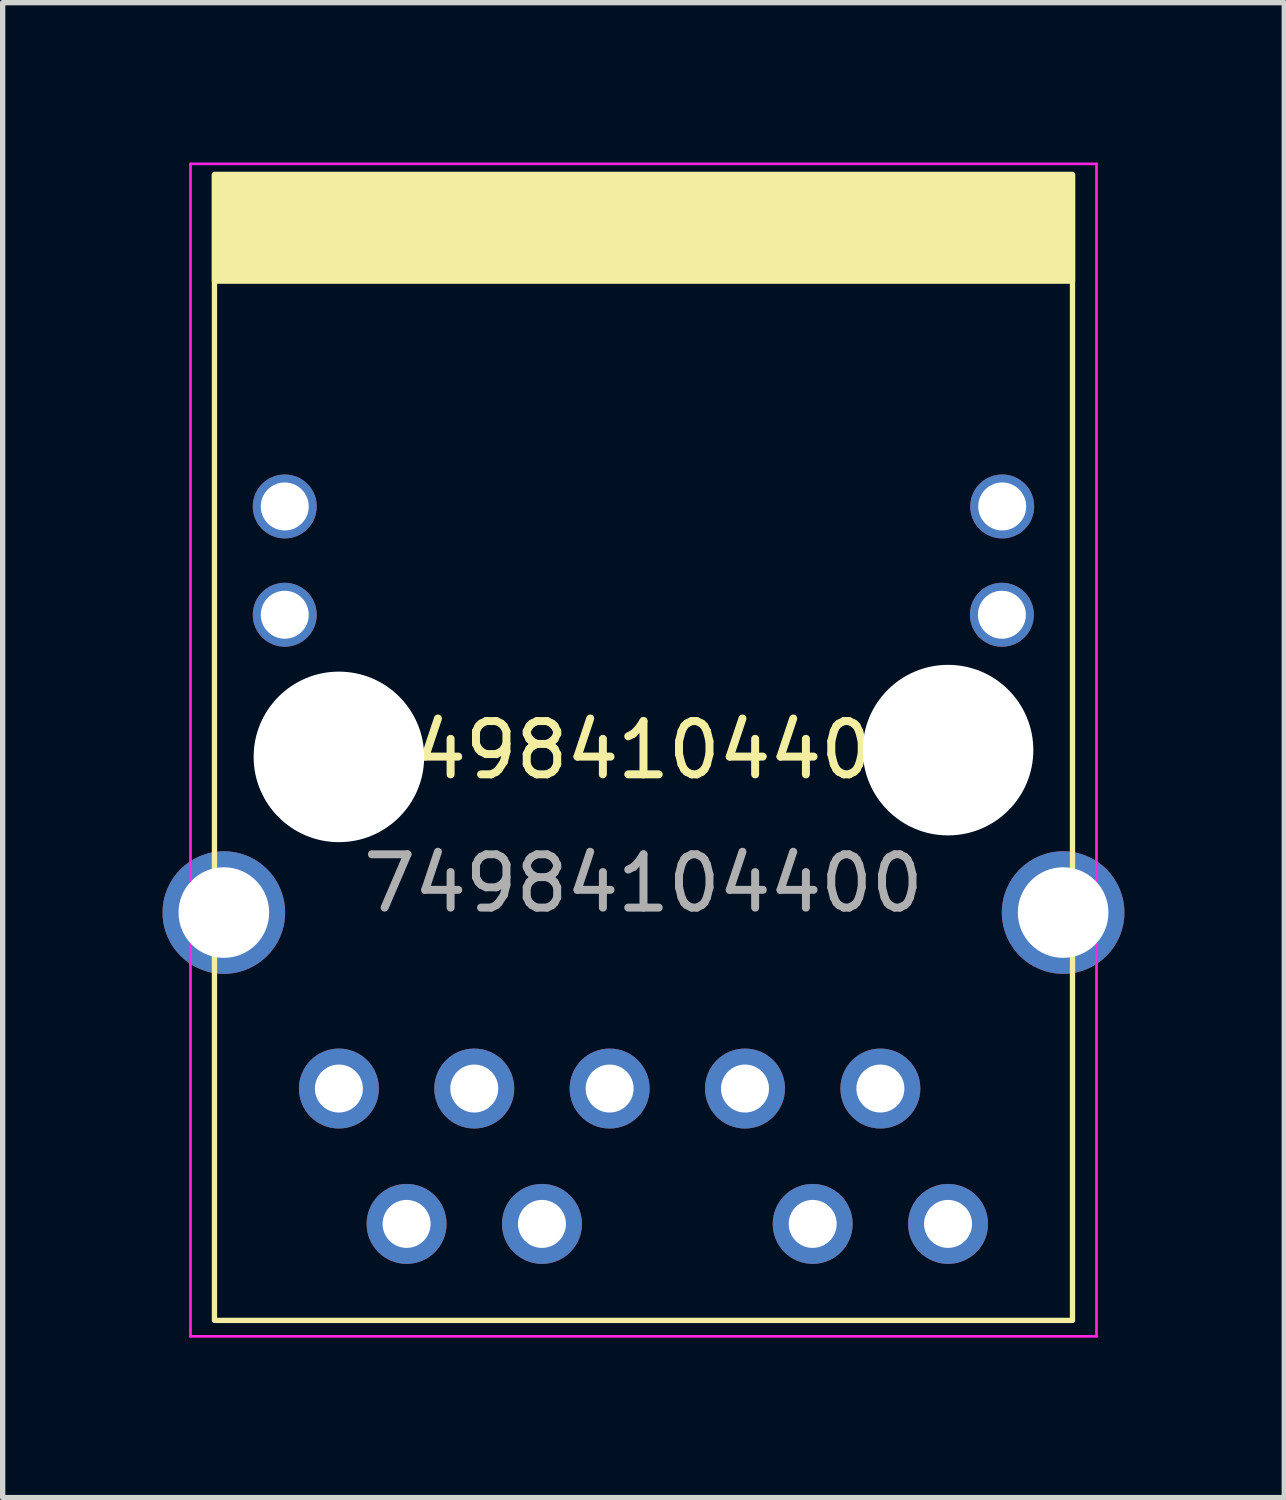
<source format=kicad_pcb>
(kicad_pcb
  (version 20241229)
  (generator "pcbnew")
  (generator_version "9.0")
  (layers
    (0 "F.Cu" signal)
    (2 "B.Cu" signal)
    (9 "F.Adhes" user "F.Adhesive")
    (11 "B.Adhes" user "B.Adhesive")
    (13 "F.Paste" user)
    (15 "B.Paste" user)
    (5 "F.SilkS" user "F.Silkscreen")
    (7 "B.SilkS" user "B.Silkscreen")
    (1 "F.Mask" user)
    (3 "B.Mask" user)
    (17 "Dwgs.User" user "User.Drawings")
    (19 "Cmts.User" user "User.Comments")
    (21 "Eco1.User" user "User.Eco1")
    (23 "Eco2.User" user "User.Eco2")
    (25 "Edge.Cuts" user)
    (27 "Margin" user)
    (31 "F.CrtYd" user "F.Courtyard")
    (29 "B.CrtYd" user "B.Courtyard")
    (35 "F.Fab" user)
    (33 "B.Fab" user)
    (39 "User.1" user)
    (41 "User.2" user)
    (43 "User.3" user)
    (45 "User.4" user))
  (footprint "74984104400"
    (layer "F.Cu")
    (at 9.024 11.025)
    (property "Reference" "74984104400" (at 0 0 0) (unlocked yes) (layer "F.SilkS") (effects (font (size 1 1) (thickness 0.15))))
    (attr through_hole)
    (fp_rect (start -8.05 -10.8) (end 8.05 -8.8) (stroke (width 0.1) (type solid)) (fill yes) (layer "F.SilkS"))
    (fp_rect (start -8.05 -10.8) (end 8.05 10.7) (stroke (width 0.1) (type default)) (fill no) (layer "F.SilkS"))
    (fp_line (start -8.5 -11) (end -8.5 11) (stroke (width 0.05) (type default)) (layer "F.CrtYd"))
    (fp_line (start -8.5 11) (end 8.5 11) (stroke (width 0.05) (type default)) (layer "F.CrtYd"))
    (fp_line (start 8.5 -11) (end -8.5 -11) (stroke (width 0.05) (type default)) (layer "F.CrtYd"))
    (fp_line (start 8.5 11) (end 8.5 -11) (stroke (width 0.05) (type default)) (layer "F.CrtYd"))
    (fp_text user "${REFERENCE}" (at 0 2.5 0) (unlocked yes) (layer "F.Fab") (effects (font (size 1 1) (thickness 0.15))))
    (pad "" np_thru_hole circle (at -5.715 0.127) (size 3.2 3.2) (drill 3.2) (layers "*.Cu" "*.Mask"))
    (pad "" np_thru_hole circle (at 5.715 0) (size 3.2 3.2) (drill 3.2) (layers "*.Cu" "*.Mask"))
    (pad "1" thru_hole circle (at -5.715 6.35) (size 1.5 1.5) (drill 0.9) (layers "*.Cu" "*.Mask"))
    (pad "2" thru_hole circle (at -4.445 8.89) (size 1.5 1.5) (drill 0.9) (layers "*.Cu" "*.Mask"))
    (pad "3" thru_hole circle (at -3.175 6.35) (size 1.5 1.5) (drill 0.9) (layers "*.Cu" "*.Mask"))
    (pad "4" thru_hole circle (at -1.905 8.89) (size 1.5 1.5) (drill 0.9) (layers "*.Cu" "*.Mask"))
    (pad "5" thru_hole circle (at -0.635 6.35) (size 1.5 1.5) (drill 0.9) (layers "*.Cu" "*.Mask"))
    (pad "7" thru_hole circle (at 1.905 6.35) (size 1.5 1.5) (drill 0.9) (layers "*.Cu" "*.Mask"))
    (pad "8" thru_hole circle (at 3.175 8.89) (size 1.5 1.5) (drill 0.9) (layers "*.Cu" "*.Mask"))
    (pad "9" thru_hole circle (at 4.445 6.35) (size 1.5 1.5) (drill 0.9) (layers "*.Cu" "*.Mask"))
    (pad "10" thru_hole circle (at 5.715 8.89) (size 1.5 1.5) (drill 0.9) (layers "*.Cu" "*.Mask"))
    (pad "11" thru_hole circle (at -6.731 -2.54) (size 1.2 1.2) (drill 0.9) (layers "*.Cu" "*.Mask"))
    (pad "12" thru_hole circle (at -6.731 -4.572) (size 1.2 1.2) (drill 0.9) (layers "*.Cu" "*.Mask"))
    (pad "13" thru_hole circle (at 6.725 -2.54) (size 1.2 1.2) (drill 0.9) (layers "*.Cu" "*.Mask"))
    (pad "14" thru_hole circle (at 6.731 -4.572) (size 1.2 1.2) (drill 0.9) (layers "*.Cu" "*.Mask"))
    (pad "SH" thru_hole circle (at -7.874 3.048) (size 2.3 2.3) (drill 1.7) (layers "*.Cu" "*.Mask"))
    (pad "SH" thru_hole circle (at 7.874 3.048) (size 2.3 2.3) (drill 1.7) (layers "*.Cu" "*.Mask")))
  (gr_rect
    (start -3 -3)
    (end 21.048 25.05)
    (stroke (width 0.1) (type default))
    (fill no)
    (layer "Edge.Cuts")))
</source>
